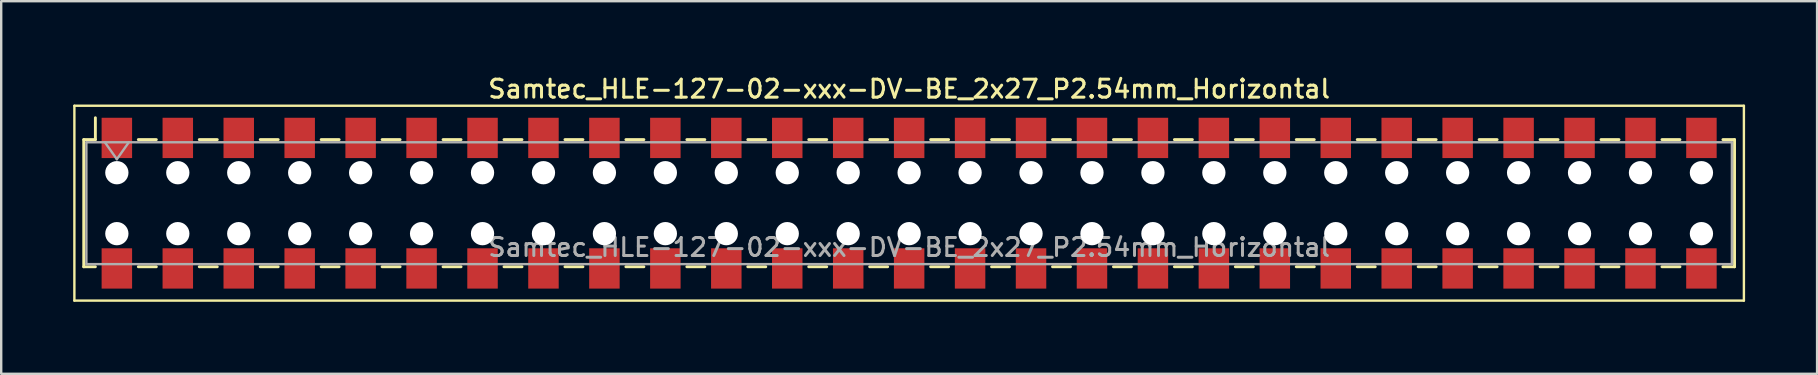
<source format=kicad_pcb>
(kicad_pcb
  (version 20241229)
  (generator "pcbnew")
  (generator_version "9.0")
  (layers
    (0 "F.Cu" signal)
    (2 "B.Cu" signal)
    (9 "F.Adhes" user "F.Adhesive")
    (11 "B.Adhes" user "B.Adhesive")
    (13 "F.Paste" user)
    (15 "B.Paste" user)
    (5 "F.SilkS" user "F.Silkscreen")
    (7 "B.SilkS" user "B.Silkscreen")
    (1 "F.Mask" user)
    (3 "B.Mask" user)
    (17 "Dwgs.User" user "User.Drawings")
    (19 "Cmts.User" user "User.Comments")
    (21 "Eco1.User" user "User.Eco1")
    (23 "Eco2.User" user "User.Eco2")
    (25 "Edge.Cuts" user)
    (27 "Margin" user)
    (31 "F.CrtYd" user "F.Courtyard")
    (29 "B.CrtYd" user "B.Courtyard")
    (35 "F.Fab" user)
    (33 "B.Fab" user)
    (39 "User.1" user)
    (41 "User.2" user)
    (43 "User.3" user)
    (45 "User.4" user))
  (footprint "Samtec_HLE-127-02-xxx-DV-BE_2x27_P2.54mm_Horizontal"
    (layer "F.Cu")
    (at 34.84 5.418)
    (property "Reference" "Samtec_HLE-127-02-xxx-DV-BE_2x27_P2.54mm_Horizontal" (at 0 -4.76 0) (layer "F.SilkS") (effects (font (size 0.75 0.75) (thickness 0.125))))
    (attr smd)
    (fp_line (start -34.79 -4.06) (end 34.79 -4.06) (stroke (width 0.1) (type solid)) (layer "F.SilkS"))
    (fp_line (start -34.79 4.06) (end -34.79 -4.06) (stroke (width 0.1) (type solid)) (layer "F.SilkS"))
    (fp_line (start -34.4 -2.65) (end -34.4 2.65) (stroke (width 0.12) (type solid)) (layer "F.SilkS"))
    (fp_line (start -34.4 2.65) (end -33.915 2.65) (stroke (width 0.12) (type solid)) (layer "F.SilkS"))
    (fp_line (start -33.915 -3.56) (end -33.915 -2.65) (stroke (width 0.12) (type solid)) (layer "F.SilkS"))
    (fp_line (start -33.915 -2.65) (end -34.4 -2.65) (stroke (width 0.12) (type solid)) (layer "F.SilkS"))
    (fp_line (start -32.125 -2.65) (end -31.375 -2.65) (stroke (width 0.12) (type solid)) (layer "F.SilkS"))
    (fp_line (start -32.125 2.65) (end -31.375 2.65) (stroke (width 0.12) (type solid)) (layer "F.SilkS"))
    (fp_line (start -29.585 -2.65) (end -28.835 -2.65) (stroke (width 0.12) (type solid)) (layer "F.SilkS"))
    (fp_line (start -29.585 2.65) (end -28.835 2.65) (stroke (width 0.12) (type solid)) (layer "F.SilkS"))
    (fp_line (start -27.045 -2.65) (end -26.295 -2.65) (stroke (width 0.12) (type solid)) (layer "F.SilkS"))
    (fp_line (start -27.045 2.65) (end -26.295 2.65) (stroke (width 0.12) (type solid)) (layer "F.SilkS"))
    (fp_line (start -24.505 -2.65) (end -23.755 -2.65) (stroke (width 0.12) (type solid)) (layer "F.SilkS"))
    (fp_line (start -24.505 2.65) (end -23.755 2.65) (stroke (width 0.12) (type solid)) (layer "F.SilkS"))
    (fp_line (start -21.965 -2.65) (end -21.215 -2.65) (stroke (width 0.12) (type solid)) (layer "F.SilkS"))
    (fp_line (start -21.965 2.65) (end -21.215 2.65) (stroke (width 0.12) (type solid)) (layer "F.SilkS"))
    (fp_line (start -19.425 -2.65) (end -18.675 -2.65) (stroke (width 0.12) (type solid)) (layer "F.SilkS"))
    (fp_line (start -19.425 2.65) (end -18.675 2.65) (stroke (width 0.12) (type solid)) (layer "F.SilkS"))
    (fp_line (start -16.885 -2.65) (end -16.135 -2.65) (stroke (width 0.12) (type solid)) (layer "F.SilkS"))
    (fp_line (start -16.885 2.65) (end -16.135 2.65) (stroke (width 0.12) (type solid)) (layer "F.SilkS"))
    (fp_line (start -14.345 -2.65) (end -13.595 -2.65) (stroke (width 0.12) (type solid)) (layer "F.SilkS"))
    (fp_line (start -14.345 2.65) (end -13.595 2.65) (stroke (width 0.12) (type solid)) (layer "F.SilkS"))
    (fp_line (start -11.805 -2.65) (end -11.055 -2.65) (stroke (width 0.12) (type solid)) (layer "F.SilkS"))
    (fp_line (start -11.805 2.65) (end -11.055 2.65) (stroke (width 0.12) (type solid)) (layer "F.SilkS"))
    (fp_line (start -9.265 -2.65) (end -8.515 -2.65) (stroke (width 0.12) (type solid)) (layer "F.SilkS"))
    (fp_line (start -9.265 2.65) (end -8.515 2.65) (stroke (width 0.12) (type solid)) (layer "F.SilkS"))
    (fp_line (start -6.725 -2.65) (end -5.975 -2.65) (stroke (width 0.12) (type solid)) (layer "F.SilkS"))
    (fp_line (start -6.725 2.65) (end -5.975 2.65) (stroke (width 0.12) (type solid)) (layer "F.SilkS"))
    (fp_line (start -4.185 -2.65) (end -3.435 -2.65) (stroke (width 0.12) (type solid)) (layer "F.SilkS"))
    (fp_line (start -4.185 2.65) (end -3.435 2.65) (stroke (width 0.12) (type solid)) (layer "F.SilkS"))
    (fp_line (start -1.645 -2.65) (end -0.895 -2.65) (stroke (width 0.12) (type solid)) (layer "F.SilkS"))
    (fp_line (start -1.645 2.65) (end -0.895 2.65) (stroke (width 0.12) (type solid)) (layer "F.SilkS"))
    (fp_line (start 0.895 -2.65) (end 1.645 -2.65) (stroke (width 0.12) (type solid)) (layer "F.SilkS"))
    (fp_line (start 0.895 2.65) (end 1.645 2.65) (stroke (width 0.12) (type solid)) (layer "F.SilkS"))
    (fp_line (start 3.435 -2.65) (end 4.185 -2.65) (stroke (width 0.12) (type solid)) (layer "F.SilkS"))
    (fp_line (start 3.435 2.65) (end 4.185 2.65) (stroke (width 0.12) (type solid)) (layer "F.SilkS"))
    (fp_line (start 5.975 -2.65) (end 6.725 -2.65) (stroke (width 0.12) (type solid)) (layer "F.SilkS"))
    (fp_line (start 5.975 2.65) (end 6.725 2.65) (stroke (width 0.12) (type solid)) (layer "F.SilkS"))
    (fp_line (start 8.515 -2.65) (end 9.265 -2.65) (stroke (width 0.12) (type solid)) (layer "F.SilkS"))
    (fp_line (start 8.515 2.65) (end 9.265 2.65) (stroke (width 0.12) (type solid)) (layer "F.SilkS"))
    (fp_line (start 11.055 -2.65) (end 11.805 -2.65) (stroke (width 0.12) (type solid)) (layer "F.SilkS"))
    (fp_line (start 11.055 2.65) (end 11.805 2.65) (stroke (width 0.12) (type solid)) (layer "F.SilkS"))
    (fp_line (start 13.595 -2.65) (end 14.345 -2.65) (stroke (width 0.12) (type solid)) (layer "F.SilkS"))
    (fp_line (start 13.595 2.65) (end 14.345 2.65) (stroke (width 0.12) (type solid)) (layer "F.SilkS"))
    (fp_line (start 16.135 -2.65) (end 16.885 -2.65) (stroke (width 0.12) (type solid)) (layer "F.SilkS"))
    (fp_line (start 16.135 2.65) (end 16.885 2.65) (stroke (width 0.12) (type solid)) (layer "F.SilkS"))
    (fp_line (start 18.675 -2.65) (end 19.425 -2.65) (stroke (width 0.12) (type solid)) (layer "F.SilkS"))
    (fp_line (start 18.675 2.65) (end 19.425 2.65) (stroke (width 0.12) (type solid)) (layer "F.SilkS"))
    (fp_line (start 21.215 -2.65) (end 21.965 -2.65) (stroke (width 0.12) (type solid)) (layer "F.SilkS"))
    (fp_line (start 21.215 2.65) (end 21.965 2.65) (stroke (width 0.12) (type solid)) (layer "F.SilkS"))
    (fp_line (start 23.755 -2.65) (end 24.505 -2.65) (stroke (width 0.12) (type solid)) (layer "F.SilkS"))
    (fp_line (start 23.755 2.65) (end 24.505 2.65) (stroke (width 0.12) (type solid)) (layer "F.SilkS"))
    (fp_line (start 26.295 -2.65) (end 27.045 -2.65) (stroke (width 0.12) (type solid)) (layer "F.SilkS"))
    (fp_line (start 26.295 2.65) (end 27.045 2.65) (stroke (width 0.12) (type solid)) (layer "F.SilkS"))
    (fp_line (start 28.835 -2.65) (end 29.585 -2.65) (stroke (width 0.12) (type solid)) (layer "F.SilkS"))
    (fp_line (start 28.835 2.65) (end 29.585 2.65) (stroke (width 0.12) (type solid)) (layer "F.SilkS"))
    (fp_line (start 31.375 -2.65) (end 32.125 -2.65) (stroke (width 0.12) (type solid)) (layer "F.SilkS"))
    (fp_line (start 31.375 2.65) (end 32.125 2.65) (stroke (width 0.12) (type solid)) (layer "F.SilkS"))
    (fp_line (start 33.915 -2.65) (end 34.4 -2.65) (stroke (width 0.12) (type solid)) (layer "F.SilkS"))
    (fp_line (start 34.4 -2.65) (end 34.4 2.65) (stroke (width 0.12) (type solid)) (layer "F.SilkS"))
    (fp_line (start 34.4 2.65) (end 33.915 2.65) (stroke (width 0.12) (type solid)) (layer "F.SilkS"))
    (fp_line (start 34.79 -4.06) (end 34.79 4.06) (stroke (width 0.1) (type solid)) (layer "F.SilkS"))
    (fp_line (start 34.79 4.06) (end -34.79 4.06) (stroke (width 0.1) (type solid)) (layer "F.SilkS"))
    (fp_line (start -34.29 -2.54) (end 34.29 -2.54) (stroke (width 0.1) (type solid)) (layer "F.Fab"))
    (fp_line (start -34.29 2.54) (end -34.29 -2.54) (stroke (width 0.1) (type solid)) (layer "F.Fab"))
    (fp_line (start -33.52 -2.54) (end -33.02 -1.833) (stroke (width 0.1) (type solid)) (layer "F.Fab"))
    (fp_line (start -33.02 -1.833) (end -32.52 -2.54) (stroke (width 0.1) (type solid)) (layer "F.Fab"))
    (fp_line (start 34.29 -2.54) (end 34.29 2.54) (stroke (width 0.1) (type solid)) (layer "F.Fab"))
    (fp_line (start 34.29 2.54) (end -34.29 2.54) (stroke (width 0.1) (type solid)) (layer "F.Fab"))
    (fp_text user "${REFERENCE}" (at 0 1.84 0) (layer "F.Fab") (effects (font (size 0.75 0.75) (thickness 0.125))))
    (pad "" np_thru_hole circle (at -33.02 -1.27) (size 0.97 0.97) (drill 0.97) (layers "*.Cu" "*.Mask"))
    (pad "" np_thru_hole circle (at -33.02 1.27) (size 0.97 0.97) (drill 0.97) (layers "*.Cu" "*.Mask"))
    (pad "" np_thru_hole circle (at -30.48 -1.27) (size 0.97 0.97) (drill 0.97) (layers "*.Cu" "*.Mask"))
    (pad "" np_thru_hole circle (at -30.48 1.27) (size 0.97 0.97) (drill 0.97) (layers "*.Cu" "*.Mask"))
    (pad "" np_thru_hole circle (at -27.94 -1.27) (size 0.97 0.97) (drill 0.97) (layers "*.Cu" "*.Mask"))
    (pad "" np_thru_hole circle (at -27.94 1.27) (size 0.97 0.97) (drill 0.97) (layers "*.Cu" "*.Mask"))
    (pad "" np_thru_hole circle (at -25.4 -1.27) (size 0.97 0.97) (drill 0.97) (layers "*.Cu" "*.Mask"))
    (pad "" np_thru_hole circle (at -25.4 1.27) (size 0.97 0.97) (drill 0.97) (layers "*.Cu" "*.Mask"))
    (pad "" np_thru_hole circle (at -22.86 -1.27) (size 0.97 0.97) (drill 0.97) (layers "*.Cu" "*.Mask"))
    (pad "" np_thru_hole circle (at -22.86 1.27) (size 0.97 0.97) (drill 0.97) (layers "*.Cu" "*.Mask"))
    (pad "" np_thru_hole circle (at -20.32 -1.27) (size 0.97 0.97) (drill 0.97) (layers "*.Cu" "*.Mask"))
    (pad "" np_thru_hole circle (at -20.32 1.27) (size 0.97 0.97) (drill 0.97) (layers "*.Cu" "*.Mask"))
    (pad "" np_thru_hole circle (at -17.78 -1.27) (size 0.97 0.97) (drill 0.97) (layers "*.Cu" "*.Mask"))
    (pad "" np_thru_hole circle (at -17.78 1.27) (size 0.97 0.97) (drill 0.97) (layers "*.Cu" "*.Mask"))
    (pad "" np_thru_hole circle (at -15.24 -1.27) (size 0.97 0.97) (drill 0.97) (layers "*.Cu" "*.Mask"))
    (pad "" np_thru_hole circle (at -15.24 1.27) (size 0.97 0.97) (drill 0.97) (layers "*.Cu" "*.Mask"))
    (pad "" np_thru_hole circle (at -12.7 -1.27) (size 0.97 0.97) (drill 0.97) (layers "*.Cu" "*.Mask"))
    (pad "" np_thru_hole circle (at -12.7 1.27) (size 0.97 0.97) (drill 0.97) (layers "*.Cu" "*.Mask"))
    (pad "" np_thru_hole circle (at -10.16 -1.27) (size 0.97 0.97) (drill 0.97) (layers "*.Cu" "*.Mask"))
    (pad "" np_thru_hole circle (at -10.16 1.27) (size 0.97 0.97) (drill 0.97) (layers "*.Cu" "*.Mask"))
    (pad "" np_thru_hole circle (at -7.62 -1.27) (size 0.97 0.97) (drill 0.97) (layers "*.Cu" "*.Mask"))
    (pad "" np_thru_hole circle (at -7.62 1.27) (size 0.97 0.97) (drill 0.97) (layers "*.Cu" "*.Mask"))
    (pad "" np_thru_hole circle (at -5.08 -1.27) (size 0.97 0.97) (drill 0.97) (layers "*.Cu" "*.Mask"))
    (pad "" np_thru_hole circle (at -5.08 1.27) (size 0.97 0.97) (drill 0.97) (layers "*.Cu" "*.Mask"))
    (pad "" np_thru_hole circle (at -2.54 -1.27) (size 0.97 0.97) (drill 0.97) (layers "*.Cu" "*.Mask"))
    (pad "" np_thru_hole circle (at -2.54 1.27) (size 0.97 0.97) (drill 0.97) (layers "*.Cu" "*.Mask"))
    (pad "" np_thru_hole circle (at 0 -1.27) (size 0.97 0.97) (drill 0.97) (layers "*.Cu" "*.Mask"))
    (pad "" np_thru_hole circle (at 0 1.27) (size 0.97 0.97) (drill 0.97) (layers "*.Cu" "*.Mask"))
    (pad "" np_thru_hole circle (at 2.54 -1.27) (size 0.97 0.97) (drill 0.97) (layers "*.Cu" "*.Mask"))
    (pad "" np_thru_hole circle (at 2.54 1.27) (size 0.97 0.97) (drill 0.97) (layers "*.Cu" "*.Mask"))
    (pad "" np_thru_hole circle (at 5.08 -1.27) (size 0.97 0.97) (drill 0.97) (layers "*.Cu" "*.Mask"))
    (pad "" np_thru_hole circle (at 5.08 1.27) (size 0.97 0.97) (drill 0.97) (layers "*.Cu" "*.Mask"))
    (pad "" np_thru_hole circle (at 7.62 -1.27) (size 0.97 0.97) (drill 0.97) (layers "*.Cu" "*.Mask"))
    (pad "" np_thru_hole circle (at 7.62 1.27) (size 0.97 0.97) (drill 0.97) (layers "*.Cu" "*.Mask"))
    (pad "" np_thru_hole circle (at 10.16 -1.27) (size 0.97 0.97) (drill 0.97) (layers "*.Cu" "*.Mask"))
    (pad "" np_thru_hole circle (at 10.16 1.27) (size 0.97 0.97) (drill 0.97) (layers "*.Cu" "*.Mask"))
    (pad "" np_thru_hole circle (at 12.7 -1.27) (size 0.97 0.97) (drill 0.97) (layers "*.Cu" "*.Mask"))
    (pad "" np_thru_hole circle (at 12.7 1.27) (size 0.97 0.97) (drill 0.97) (layers "*.Cu" "*.Mask"))
    (pad "" np_thru_hole circle (at 15.24 -1.27) (size 0.97 0.97) (drill 0.97) (layers "*.Cu" "*.Mask"))
    (pad "" np_thru_hole circle (at 15.24 1.27) (size 0.97 0.97) (drill 0.97) (layers "*.Cu" "*.Mask"))
    (pad "" np_thru_hole circle (at 17.78 -1.27) (size 0.97 0.97) (drill 0.97) (layers "*.Cu" "*.Mask"))
    (pad "" np_thru_hole circle (at 17.78 1.27) (size 0.97 0.97) (drill 0.97) (layers "*.Cu" "*.Mask"))
    (pad "" np_thru_hole circle (at 20.32 -1.27) (size 0.97 0.97) (drill 0.97) (layers "*.Cu" "*.Mask"))
    (pad "" np_thru_hole circle (at 20.32 1.27) (size 0.97 0.97) (drill 0.97) (layers "*.Cu" "*.Mask"))
    (pad "" np_thru_hole circle (at 22.86 -1.27) (size 0.97 0.97) (drill 0.97) (layers "*.Cu" "*.Mask"))
    (pad "" np_thru_hole circle (at 22.86 1.27) (size 0.97 0.97) (drill 0.97) (layers "*.Cu" "*.Mask"))
    (pad "" np_thru_hole circle (at 25.4 -1.27) (size 0.97 0.97) (drill 0.97) (layers "*.Cu" "*.Mask"))
    (pad "" np_thru_hole circle (at 25.4 1.27) (size 0.97 0.97) (drill 0.97) (layers "*.Cu" "*.Mask"))
    (pad "" np_thru_hole circle (at 27.94 -1.27) (size 0.97 0.97) (drill 0.97) (layers "*.Cu" "*.Mask"))
    (pad "" np_thru_hole circle (at 27.94 1.27) (size 0.97 0.97) (drill 0.97) (layers "*.Cu" "*.Mask"))
    (pad "" np_thru_hole circle (at 30.48 -1.27) (size 0.97 0.97) (drill 0.97) (layers "*.Cu" "*.Mask"))
    (pad "" np_thru_hole circle (at 30.48 1.27) (size 0.97 0.97) (drill 0.97) (layers "*.Cu" "*.Mask"))
    (pad "" np_thru_hole circle (at 33.02 -1.27) (size 0.97 0.97) (drill 0.97) (layers "*.Cu" "*.Mask"))
    (pad "" np_thru_hole circle (at 33.02 1.27) (size 0.97 0.97) (drill 0.97) (layers "*.Cu" "*.Mask"))
    (pad "1" smd rect (at -33.02 -2.72) (size 1.27 1.68) (layers "F.Cu" "F.Mask" "F.Paste"))
    (pad "2" smd rect (at -33.02 2.72) (size 1.27 1.68) (layers "F.Cu" "F.Mask" "F.Paste"))
    (pad "3" smd rect (at -30.48 -2.72) (size 1.27 1.68) (layers "F.Cu" "F.Mask" "F.Paste"))
    (pad "4" smd rect (at -30.48 2.72) (size 1.27 1.68) (layers "F.Cu" "F.Mask" "F.Paste"))
    (pad "5" smd rect (at -27.94 -2.72) (size 1.27 1.68) (layers "F.Cu" "F.Mask" "F.Paste"))
    (pad "6" smd rect (at -27.94 2.72) (size 1.27 1.68) (layers "F.Cu" "F.Mask" "F.Paste"))
    (pad "7" smd rect (at -25.4 -2.72) (size 1.27 1.68) (layers "F.Cu" "F.Mask" "F.Paste"))
    (pad "8" smd rect (at -25.4 2.72) (size 1.27 1.68) (layers "F.Cu" "F.Mask" "F.Paste"))
    (pad "9" smd rect (at -22.86 -2.72) (size 1.27 1.68) (layers "F.Cu" "F.Mask" "F.Paste"))
    (pad "10" smd rect (at -22.86 2.72) (size 1.27 1.68) (layers "F.Cu" "F.Mask" "F.Paste"))
    (pad "11" smd rect (at -20.32 -2.72) (size 1.27 1.68) (layers "F.Cu" "F.Mask" "F.Paste"))
    (pad "12" smd rect (at -20.32 2.72) (size 1.27 1.68) (layers "F.Cu" "F.Mask" "F.Paste"))
    (pad "13" smd rect (at -17.78 -2.72) (size 1.27 1.68) (layers "F.Cu" "F.Mask" "F.Paste"))
    (pad "14" smd rect (at -17.78 2.72) (size 1.27 1.68) (layers "F.Cu" "F.Mask" "F.Paste"))
    (pad "15" smd rect (at -15.24 -2.72) (size 1.27 1.68) (layers "F.Cu" "F.Mask" "F.Paste"))
    (pad "16" smd rect (at -15.24 2.72) (size 1.27 1.68) (layers "F.Cu" "F.Mask" "F.Paste"))
    (pad "17" smd rect (at -12.7 -2.72) (size 1.27 1.68) (layers "F.Cu" "F.Mask" "F.Paste"))
    (pad "18" smd rect (at -12.7 2.72) (size 1.27 1.68) (layers "F.Cu" "F.Mask" "F.Paste"))
    (pad "19" smd rect (at -10.16 -2.72) (size 1.27 1.68) (layers "F.Cu" "F.Mask" "F.Paste"))
    (pad "20" smd rect (at -10.16 2.72) (size 1.27 1.68) (layers "F.Cu" "F.Mask" "F.Paste"))
    (pad "21" smd rect (at -7.62 -2.72) (size 1.27 1.68) (layers "F.Cu" "F.Mask" "F.Paste"))
    (pad "22" smd rect (at -7.62 2.72) (size 1.27 1.68) (layers "F.Cu" "F.Mask" "F.Paste"))
    (pad "23" smd rect (at -5.08 -2.72) (size 1.27 1.68) (layers "F.Cu" "F.Mask" "F.Paste"))
    (pad "24" smd rect (at -5.08 2.72) (size 1.27 1.68) (layers "F.Cu" "F.Mask" "F.Paste"))
    (pad "25" smd rect (at -2.54 -2.72) (size 1.27 1.68) (layers "F.Cu" "F.Mask" "F.Paste"))
    (pad "26" smd rect (at -2.54 2.72) (size 1.27 1.68) (layers "F.Cu" "F.Mask" "F.Paste"))
    (pad "27" smd rect (at 0 -2.72) (size 1.27 1.68) (layers "F.Cu" "F.Mask" "F.Paste"))
    (pad "28" smd rect (at 0 2.72) (size 1.27 1.68) (layers "F.Cu" "F.Mask" "F.Paste"))
    (pad "29" smd rect (at 2.54 -2.72) (size 1.27 1.68) (layers "F.Cu" "F.Mask" "F.Paste"))
    (pad "30" smd rect (at 2.54 2.72) (size 1.27 1.68) (layers "F.Cu" "F.Mask" "F.Paste"))
    (pad "31" smd rect (at 5.08 -2.72) (size 1.27 1.68) (layers "F.Cu" "F.Mask" "F.Paste"))
    (pad "32" smd rect (at 5.08 2.72) (size 1.27 1.68) (layers "F.Cu" "F.Mask" "F.Paste"))
    (pad "33" smd rect (at 7.62 -2.72) (size 1.27 1.68) (layers "F.Cu" "F.Mask" "F.Paste"))
    (pad "34" smd rect (at 7.62 2.72) (size 1.27 1.68) (layers "F.Cu" "F.Mask" "F.Paste"))
    (pad "35" smd rect (at 10.16 -2.72) (size 1.27 1.68) (layers "F.Cu" "F.Mask" "F.Paste"))
    (pad "36" smd rect (at 10.16 2.72) (size 1.27 1.68) (layers "F.Cu" "F.Mask" "F.Paste"))
    (pad "37" smd rect (at 12.7 -2.72) (size 1.27 1.68) (layers "F.Cu" "F.Mask" "F.Paste"))
    (pad "38" smd rect (at 12.7 2.72) (size 1.27 1.68) (layers "F.Cu" "F.Mask" "F.Paste"))
    (pad "39" smd rect (at 15.24 -2.72) (size 1.27 1.68) (layers "F.Cu" "F.Mask" "F.Paste"))
    (pad "40" smd rect (at 15.24 2.72) (size 1.27 1.68) (layers "F.Cu" "F.Mask" "F.Paste"))
    (pad "41" smd rect (at 17.78 -2.72) (size 1.27 1.68) (layers "F.Cu" "F.Mask" "F.Paste"))
    (pad "42" smd rect (at 17.78 2.72) (size 1.27 1.68) (layers "F.Cu" "F.Mask" "F.Paste"))
    (pad "43" smd rect (at 20.32 -2.72) (size 1.27 1.68) (layers "F.Cu" "F.Mask" "F.Paste"))
    (pad "44" smd rect (at 20.32 2.72) (size 1.27 1.68) (layers "F.Cu" "F.Mask" "F.Paste"))
    (pad "45" smd rect (at 22.86 -2.72) (size 1.27 1.68) (layers "F.Cu" "F.Mask" "F.Paste"))
    (pad "46" smd rect (at 22.86 2.72) (size 1.27 1.68) (layers "F.Cu" "F.Mask" "F.Paste"))
    (pad "47" smd rect (at 25.4 -2.72) (size 1.27 1.68) (layers "F.Cu" "F.Mask" "F.Paste"))
    (pad "48" smd rect (at 25.4 2.72) (size 1.27 1.68) (layers "F.Cu" "F.Mask" "F.Paste"))
    (pad "49" smd rect (at 27.94 -2.72) (size 1.27 1.68) (layers "F.Cu" "F.Mask" "F.Paste"))
    (pad "50" smd rect (at 27.94 2.72) (size 1.27 1.68) (layers "F.Cu" "F.Mask" "F.Paste"))
    (pad "51" smd rect (at 30.48 -2.72) (size 1.27 1.68) (layers "F.Cu" "F.Mask" "F.Paste"))
    (pad "52" smd rect (at 30.48 2.72) (size 1.27 1.68) (layers "F.Cu" "F.Mask" "F.Paste"))
    (pad "53" smd rect (at 33.02 -2.72) (size 1.27 1.68) (layers "F.Cu" "F.Mask" "F.Paste"))
    (pad "54" smd rect (at 33.02 2.72) (size 1.27 1.68) (layers "F.Cu" "F.Mask" "F.Paste")))
  (gr_rect
    (start -3 -3)
    (end 72.68 12.528)
    (stroke (width 0.1) (type default))
    (fill no)
    (layer "Edge.Cuts")))
</source>
